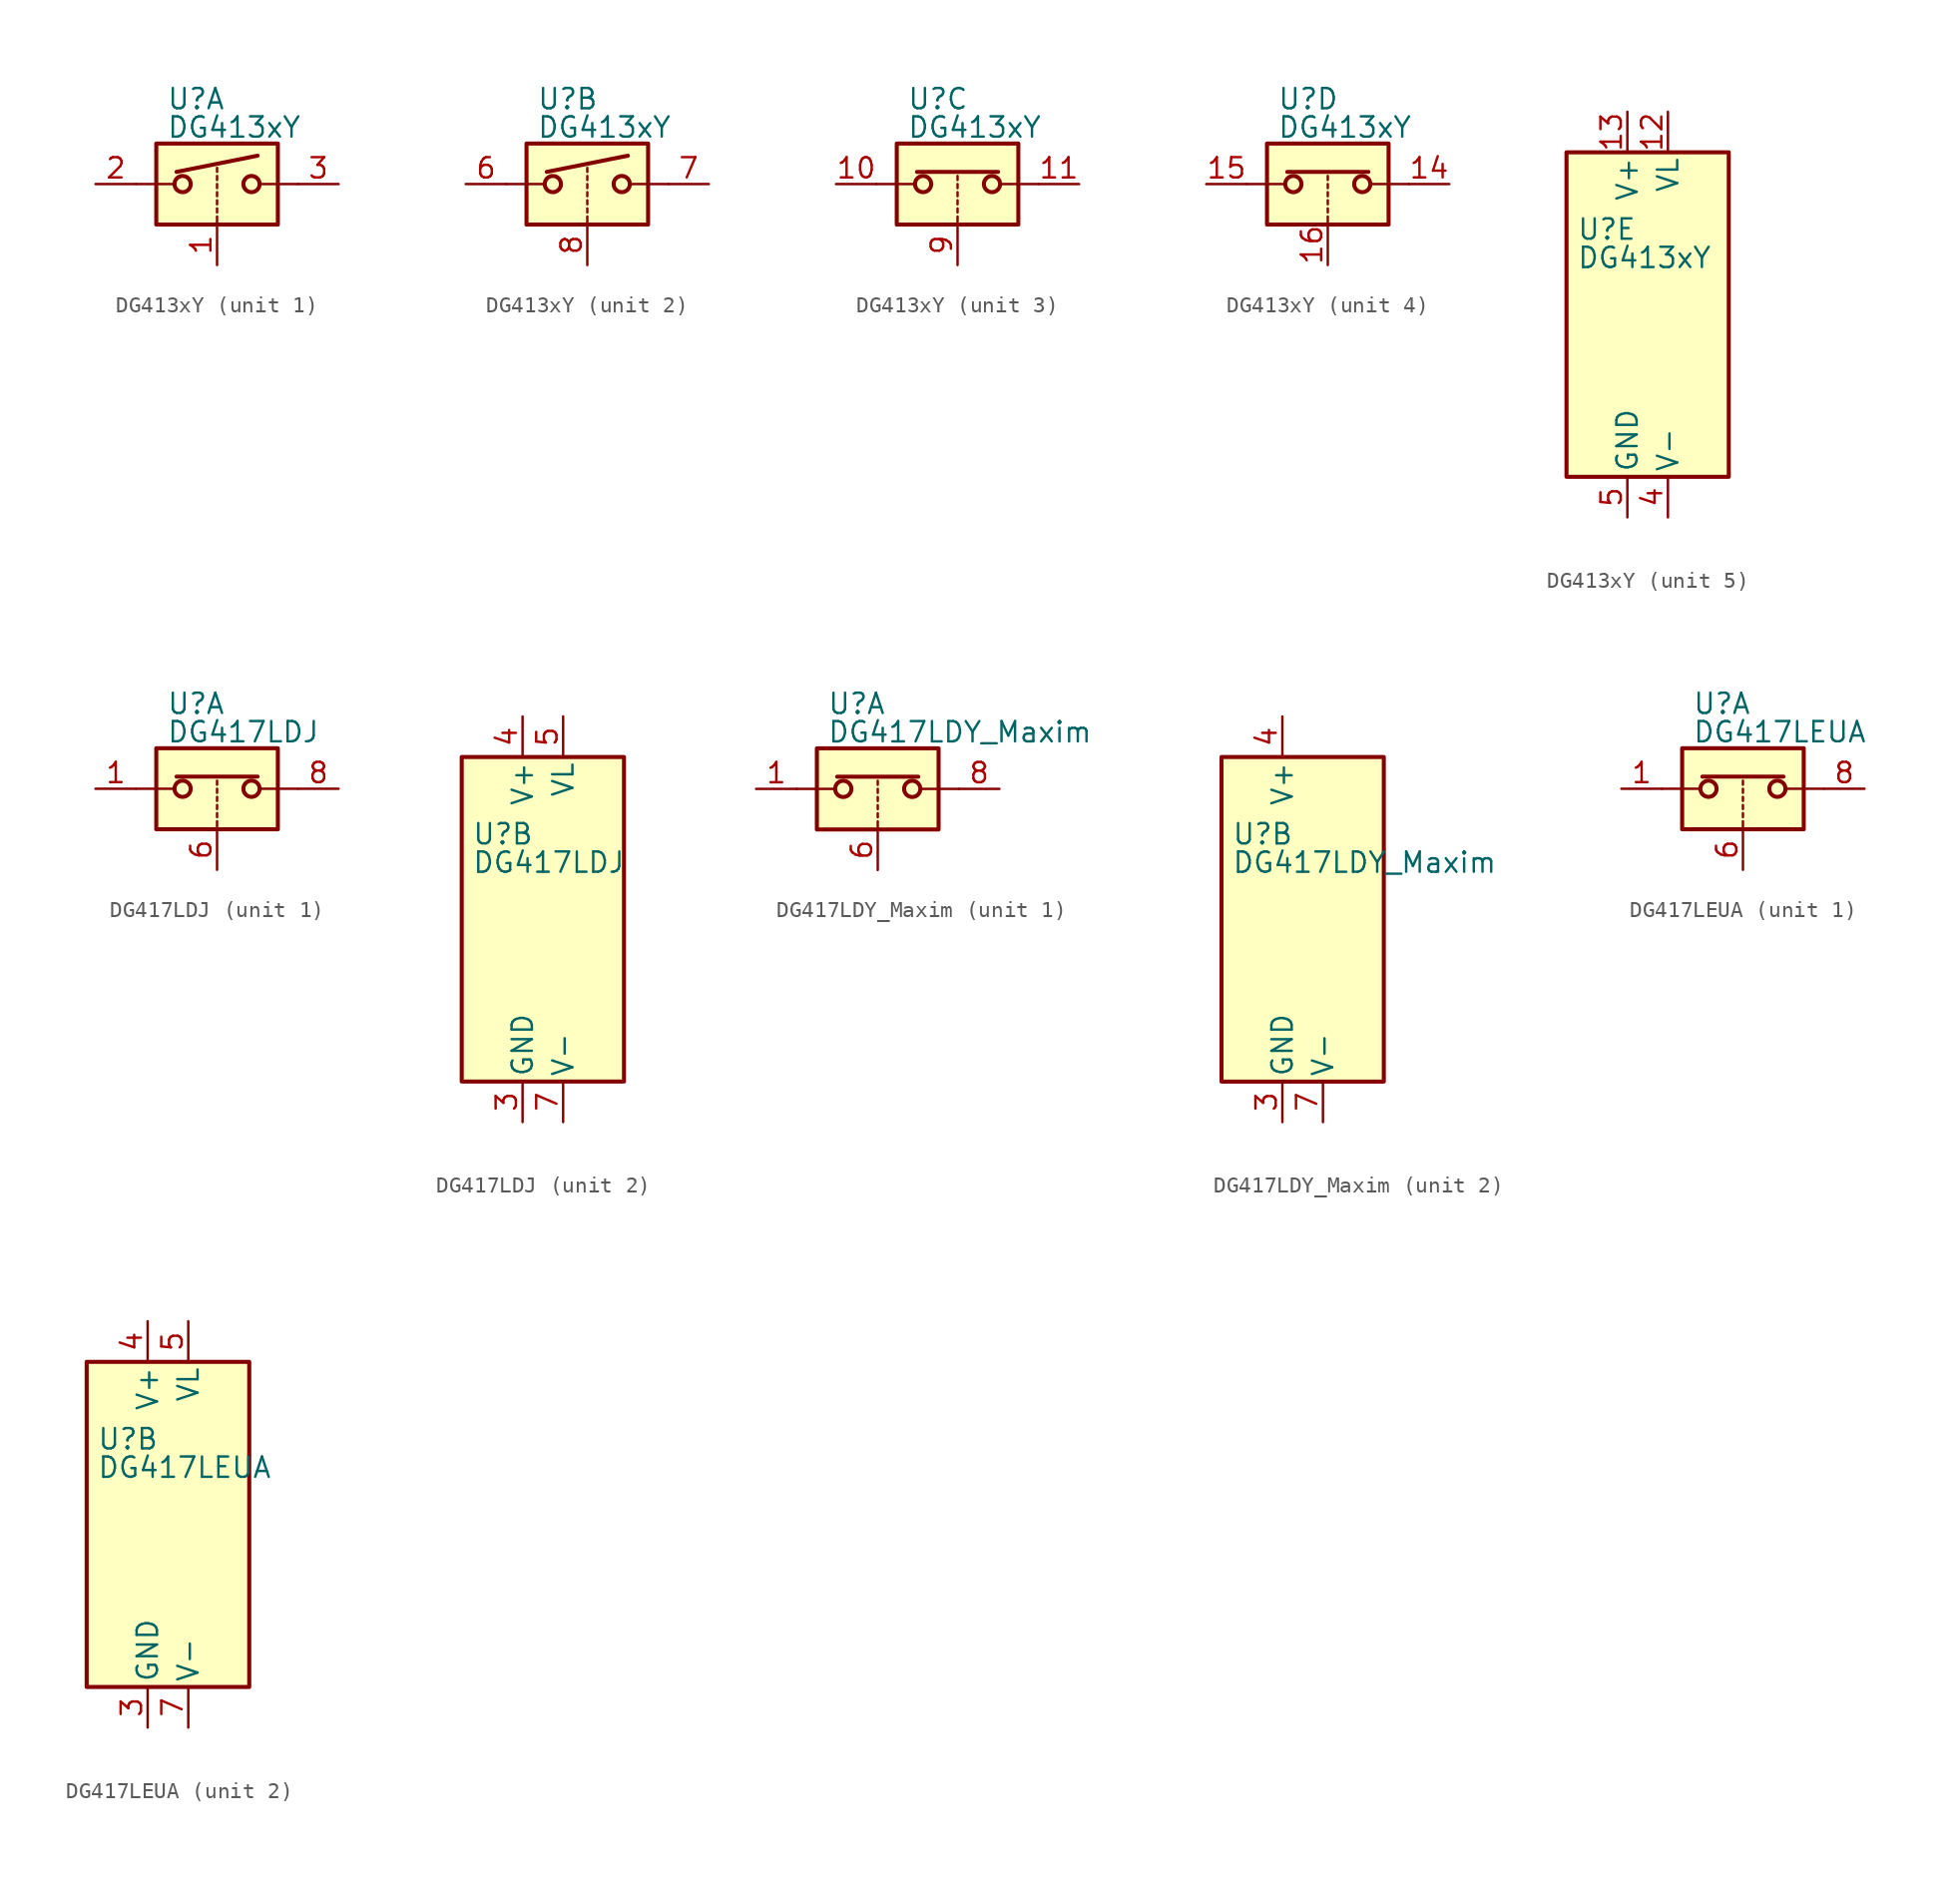
<source format=kicad_sym>
(kicad_symbol_lib
  (version 20220914)
  (generator kicad_symbol_editor)
  (symbol "DG413xY"
    (pin_names
      (offset 0.254))
    (property "Reference" "U"
      (at -3.175 5.334 0)
      (effects (font (size 1.27 1.27)) (justify left)))
    (property "Value" "DG413xY"
      (at -3.175 3.556 0)
      (effects (font (size 1.27 1.27)) (justify left)))
    (symbol "DG413xY_1_1"
      (rectangle (start -3.81 2.54) (end 3.81 -2.54) (stroke (width 0.254) (type default)) (fill (type background)))
      (circle (center -2.159 0) (radius 0.508) (stroke (width 0.254) (type default)) (fill (type none)))
      (polyline (pts (xy -5.08 0) (xy -2.794 0)) (stroke (width 0) (type default)) (fill (type none)))
      (polyline (pts (xy -2.54 0.762) (xy 2.54 1.778)) (stroke (width 0.254) (type default)) (fill (type none)))
      (polyline (pts (xy 0 -2.54) (xy 0 -2.032)) (stroke (width 0) (type default)) (fill (type none)))
      (polyline (pts (xy 0 -1.778) (xy 0 -1.524)) (stroke (width 0) (type default)) (fill (type none)))
      (polyline (pts (xy 0 -1.27) (xy 0 -1.016)) (stroke (width 0) (type default)) (fill (type none)))
      (polyline (pts (xy 0 -0.762) (xy 0 -0.508)) (stroke (width 0) (type default)) (fill (type none)))
      (polyline (pts (xy 0 -0.254) (xy 0 0)) (stroke (width 0) (type default)) (fill (type none)))
      (polyline (pts (xy 0 0.254) (xy 0 0.508)) (stroke (width 0) (type default)) (fill (type none)))
      (polyline (pts (xy 0 0.762) (xy 0 1.016)) (stroke (width 0) (type default)) (fill (type none)))
      (polyline (pts (xy 5.08 0) (xy 2.794 0)) (stroke (width 0) (type default)) (fill (type none)))
      (circle (center 2.159 0) (radius 0.508) (stroke (width 0.254) (type default)) (fill (type none)))
      (pin input line (at 0 -5.08 90) (length 2.54) (name "~" (effects (font (size 1.27 1.27)))) (number "1" (effects (font (size 1.27 1.27)))))
      (pin passive line (at -7.62 0 0) (length 2.54) (name "~" (effects (font (size 1.27 1.27)))) (number "2" (effects (font (size 1.27 1.27)))))
      (pin passive line (at 7.62 0 180) (length 2.54) (name "~" (effects (font (size 1.27 1.27)))) (number "3" (effects (font (size 1.27 1.27))))))
    (symbol "DG413xY_2_1"
      (rectangle (start -3.81 2.54) (end 3.81 -2.54) (stroke (width 0.254) (type default)) (fill (type background)))
      (circle (center -2.159 0) (radius 0.508) (stroke (width 0.254) (type default)) (fill (type none)))
      (polyline (pts (xy -5.08 0) (xy -2.794 0)) (stroke (width 0) (type default)) (fill (type none)))
      (polyline (pts (xy -2.54 0.762) (xy 2.54 1.778)) (stroke (width 0.254) (type default)) (fill (type none)))
      (polyline (pts (xy 0 -2.54) (xy 0 -2.032)) (stroke (width 0) (type default)) (fill (type none)))
      (polyline (pts (xy 0 -1.778) (xy 0 -1.524)) (stroke (width 0) (type default)) (fill (type none)))
      (polyline (pts (xy 0 -1.27) (xy 0 -1.016)) (stroke (width 0) (type default)) (fill (type none)))
      (polyline (pts (xy 0 -0.762) (xy 0 -0.508)) (stroke (width 0) (type default)) (fill (type none)))
      (polyline (pts (xy 0 -0.254) (xy 0 0)) (stroke (width 0) (type default)) (fill (type none)))
      (polyline (pts (xy 0 0.254) (xy 0 0.508)) (stroke (width 0) (type default)) (fill (type none)))
      (polyline (pts (xy 0 0.762) (xy 0 1.016)) (stroke (width 0) (type default)) (fill (type none)))
      (polyline (pts (xy 5.08 0) (xy 2.794 0)) (stroke (width 0) (type default)) (fill (type none)))
      (circle (center 2.159 0) (radius 0.508) (stroke (width 0.254) (type default)) (fill (type none)))
      (pin passive line (at -7.62 0 0) (length 2.54) (name "~" (effects (font (size 1.27 1.27)))) (number "6" (effects (font (size 1.27 1.27)))))
      (pin passive line (at 7.62 0 180) (length 2.54) (name "~" (effects (font (size 1.27 1.27)))) (number "7" (effects (font (size 1.27 1.27)))))
      (pin input line (at 0 -5.08 90) (length 2.54) (name "~" (effects (font (size 1.27 1.27)))) (number "8" (effects (font (size 1.27 1.27))))))
    (symbol "DG413xY_3_1"
      (rectangle (start -3.81 2.54) (end 3.81 -2.54) (stroke (width 0.254) (type default)) (fill (type background)))
      (circle (center -2.159 0) (radius 0.508) (stroke (width 0.254) (type default)) (fill (type none)))
      (polyline (pts (xy -5.08 0) (xy -2.794 0)) (stroke (width 0) (type default)) (fill (type none)))
      (polyline (pts (xy -2.54 0.762) (xy 2.54 0.762)) (stroke (width 0.254) (type default)) (fill (type none)))
      (polyline (pts (xy 0 -2.54) (xy 0 -2.032)) (stroke (width 0) (type default)) (fill (type none)))
      (polyline (pts (xy 0 -1.778) (xy 0 -1.524)) (stroke (width 0) (type default)) (fill (type none)))
      (polyline (pts (xy 0 -1.27) (xy 0 -1.016)) (stroke (width 0) (type default)) (fill (type none)))
      (polyline (pts (xy 0 -0.762) (xy 0 -0.508)) (stroke (width 0) (type default)) (fill (type none)))
      (polyline (pts (xy 0 -0.254) (xy 0 0)) (stroke (width 0) (type default)) (fill (type none)))
      (polyline (pts (xy 0 0.254) (xy 0 0.508)) (stroke (width 0) (type default)) (fill (type none)))
      (polyline (pts (xy 5.08 0) (xy 2.794 0)) (stroke (width 0) (type default)) (fill (type none)))
      (circle (center 2.159 0) (radius 0.508) (stroke (width 0.254) (type default)) (fill (type none)))
      (pin passive line (at -7.62 0 0) (length 2.54) (name "~" (effects (font (size 1.27 1.27)))) (number "10" (effects (font (size 1.27 1.27)))))
      (pin passive line (at 7.62 0 180) (length 2.54) (name "~" (effects (font (size 1.27 1.27)))) (number "11" (effects (font (size 1.27 1.27)))))
      (pin input line (at 0 -5.08 90) (length 2.54) (name "~" (effects (font (size 1.27 1.27)))) (number "9" (effects (font (size 1.27 1.27))))))
    (symbol "DG413xY_4_1"
      (rectangle (start -3.81 2.54) (end 3.81 -2.54) (stroke (width 0.254) (type default)) (fill (type background)))
      (circle (center -2.159 0) (radius 0.508) (stroke (width 0.254) (type default)) (fill (type none)))
      (polyline (pts (xy -5.08 0) (xy -2.794 0)) (stroke (width 0) (type default)) (fill (type none)))
      (polyline (pts (xy -2.54 0.762) (xy 2.54 0.762)) (stroke (width 0.254) (type default)) (fill (type none)))
      (polyline (pts (xy 0 -2.54) (xy 0 -2.032)) (stroke (width 0) (type default)) (fill (type none)))
      (polyline (pts (xy 0 -1.778) (xy 0 -1.524)) (stroke (width 0) (type default)) (fill (type none)))
      (polyline (pts (xy 0 -1.27) (xy 0 -1.016)) (stroke (width 0) (type default)) (fill (type none)))
      (polyline (pts (xy 0 -0.762) (xy 0 -0.508)) (stroke (width 0) (type default)) (fill (type none)))
      (polyline (pts (xy 0 -0.254) (xy 0 0)) (stroke (width 0) (type default)) (fill (type none)))
      (polyline (pts (xy 0 0.254) (xy 0 0.508)) (stroke (width 0) (type default)) (fill (type none)))
      (polyline (pts (xy 5.08 0) (xy 2.794 0)) (stroke (width 0) (type default)) (fill (type none)))
      (circle (center 2.159 0) (radius 0.508) (stroke (width 0.254) (type default)) (fill (type none)))
      (pin passive line (at 7.62 0 180) (length 2.54) (name "~" (effects (font (size 1.27 1.27)))) (number "14" (effects (font (size 1.27 1.27)))))
      (pin passive line (at -7.62 0 0) (length 2.54) (name "~" (effects (font (size 1.27 1.27)))) (number "15" (effects (font (size 1.27 1.27)))))
      (pin input line (at 0 -5.08 90) (length 2.54) (name "~" (effects (font (size 1.27 1.27)))) (number "16" (effects (font (size 1.27 1.27))))))
    (symbol "DG413xY_5_0"
      (pin power_in line (at 2.54 12.7 270) (length 2.54) (name "VL" (effects (font (size 1.27 1.27)))) (number "12" (effects (font (size 1.27 1.27)))))
      (pin power_in line (at 0 12.7 270) (length 2.54) (name "V+" (effects (font (size 1.27 1.27)))) (number "13" (effects (font (size 1.27 1.27)))))
      (pin power_in line (at 2.54 -12.7 90) (length 2.54) (name "V-" (effects (font (size 1.27 1.27)))) (number "4" (effects (font (size 1.27 1.27)))))
      (pin power_in line (at 0 -12.7 90) (length 2.54) (name "GND" (effects (font (size 1.27 1.27)))) (number "5" (effects (font (size 1.27 1.27))))))
    (symbol "DG413xY_5_1"
      (rectangle (start -3.81 10.16) (end 6.35 -10.16) (stroke (width 0.254) (type default)) (fill (type background)))))
  (symbol "DG417LDJ"
    (pin_names
      (offset 0.254))
    (property "Reference" "U"
      (at -3.175 5.334 0)
      (effects (font (size 1.27 1.27)) (justify left)))
    (property "Value" "DG417LDJ"
      (at -3.175 3.556 0)
      (effects (font (size 1.27 1.27)) (justify left)))
    (symbol "DG417LDJ_1_1"
      (rectangle (start -3.81 2.54) (end 3.81 -2.54) (stroke (width 0.254) (type default)) (fill (type background)))
      (circle (center -2.159 0) (radius 0.508) (stroke (width 0.254) (type default)) (fill (type none)))
      (polyline (pts (xy -5.08 0) (xy -2.794 0)) (stroke (width 0) (type default)) (fill (type none)))
      (polyline (pts (xy -2.54 0.762) (xy 2.54 0.762)) (stroke (width 0.254) (type default)) (fill (type none)))
      (polyline (pts (xy 0 -2.54) (xy 0 -2.032)) (stroke (width 0) (type default)) (fill (type none)))
      (polyline (pts (xy 0 -1.778) (xy 0 -1.524)) (stroke (width 0) (type default)) (fill (type none)))
      (polyline (pts (xy 0 -1.27) (xy 0 -1.016)) (stroke (width 0) (type default)) (fill (type none)))
      (polyline (pts (xy 0 -0.762) (xy 0 -0.508)) (stroke (width 0) (type default)) (fill (type none)))
      (polyline (pts (xy 0 -0.254) (xy 0 0)) (stroke (width 0) (type default)) (fill (type none)))
      (polyline (pts (xy 0 0.254) (xy 0 0.508)) (stroke (width 0) (type default)) (fill (type none)))
      (polyline (pts (xy 5.08 0) (xy 2.794 0)) (stroke (width 0) (type default)) (fill (type none)))
      (circle (center 2.159 0) (radius 0.508) (stroke (width 0.254) (type default)) (fill (type none)))
      (pin passive line (at -7.62 0 0) (length 2.54) (name "~" (effects (font (size 1.27 1.27)))) (number "1" (effects (font (size 1.27 1.27)))))
      (pin input line (at 0 -5.08 90) (length 2.54) (name "~" (effects (font (size 1.27 1.27)))) (number "6" (effects (font (size 1.27 1.27)))))
      (pin passive line (at 7.62 0 180) (length 2.54) (name "~" (effects (font (size 1.27 1.27)))) (number "8" (effects (font (size 1.27 1.27))))))
    (symbol "DG417LDJ_2_0"
      (pin no_connect line (at -2.54 10.16 270) (length 2.54) hide (name "NC" (effects (font (size 1.27 1.27)))) (number "2" (effects (font (size 1.27 1.27)))))
      (pin power_in line (at 0 -12.7 90) (length 2.54) (name "GND" (effects (font (size 1.27 1.27)))) (number "3" (effects (font (size 1.27 1.27)))))
      (pin power_in line (at 0 12.7 270) (length 2.54) (name "V+" (effects (font (size 1.27 1.27)))) (number "4" (effects (font (size 1.27 1.27)))))
      (pin power_in line (at 2.54 12.7 270) (length 2.54) (name "VL" (effects (font (size 1.27 1.27)))) (number "5" (effects (font (size 1.27 1.27)))))
      (pin power_in line (at 2.54 -12.7 90) (length 2.54) (name "V-" (effects (font (size 1.27 1.27)))) (number "7" (effects (font (size 1.27 1.27))))))
    (symbol "DG417LDJ_2_1"
      (rectangle (start -3.81 10.16) (end 6.35 -10.16) (stroke (width 0.254) (type default)) (fill (type background)))))
  (symbol "DG417LDY_Maxim"
    (pin_names
      (offset 0.254))
    (property "Reference" "U"
      (at -3.175 5.334 0)
      (effects (font (size 1.27 1.27)) (justify left)))
    (property "Value" "DG417LDY_Maxim"
      (at -3.175 3.556 0)
      (effects (font (size 1.27 1.27)) (justify left)))
    (symbol "DG417LDY_Maxim_1_1"
      (rectangle (start -3.81 2.54) (end 3.81 -2.54) (stroke (width 0.254) (type default)) (fill (type background)))
      (circle (center -2.159 0) (radius 0.508) (stroke (width 0.254) (type default)) (fill (type none)))
      (polyline (pts (xy -5.08 0) (xy -2.794 0)) (stroke (width 0) (type default)) (fill (type none)))
      (polyline (pts (xy -2.54 0.762) (xy 2.54 0.762)) (stroke (width 0.254) (type default)) (fill (type none)))
      (polyline (pts (xy 0 -2.54) (xy 0 -2.032)) (stroke (width 0) (type default)) (fill (type none)))
      (polyline (pts (xy 0 -1.778) (xy 0 -1.524)) (stroke (width 0) (type default)) (fill (type none)))
      (polyline (pts (xy 0 -1.27) (xy 0 -1.016)) (stroke (width 0) (type default)) (fill (type none)))
      (polyline (pts (xy 0 -0.762) (xy 0 -0.508)) (stroke (width 0) (type default)) (fill (type none)))
      (polyline (pts (xy 0 -0.254) (xy 0 0)) (stroke (width 0) (type default)) (fill (type none)))
      (polyline (pts (xy 0 0.254) (xy 0 0.508)) (stroke (width 0) (type default)) (fill (type none)))
      (polyline (pts (xy 5.08 0) (xy 2.794 0)) (stroke (width 0) (type default)) (fill (type none)))
      (circle (center 2.159 0) (radius 0.508) (stroke (width 0.254) (type default)) (fill (type none)))
      (pin passive line (at -7.62 0 0) (length 2.54) (name "~" (effects (font (size 1.27 1.27)))) (number "1" (effects (font (size 1.27 1.27)))))
      (pin input line (at 0 -5.08 90) (length 2.54) (name "~" (effects (font (size 1.27 1.27)))) (number "6" (effects (font (size 1.27 1.27)))))
      (pin passive line (at 7.62 0 180) (length 2.54) (name "~" (effects (font (size 1.27 1.27)))) (number "8" (effects (font (size 1.27 1.27))))))
    (symbol "DG417LDY_Maxim_2_0"
      (pin no_connect line (at -2.54 10.16 270) (length 2.54) hide (name "NC" (effects (font (size 1.27 1.27)))) (number "2" (effects (font (size 1.27 1.27)))))
      (pin power_in line (at 0 -12.7 90) (length 2.54) (name "GND" (effects (font (size 1.27 1.27)))) (number "3" (effects (font (size 1.27 1.27)))))
      (pin power_in line (at 0 12.7 270) (length 2.54) (name "V+" (effects (font (size 1.27 1.27)))) (number "4" (effects (font (size 1.27 1.27)))))
      (pin no_connect line (at 2.54 10.16 270) (length 2.54) hide (name "NC" (effects (font (size 1.27 1.27)))) (number "5" (effects (font (size 1.27 1.27)))))
      (pin power_in line (at 2.54 -12.7 90) (length 2.54) (name "V-" (effects (font (size 1.27 1.27)))) (number "7" (effects (font (size 1.27 1.27))))))
    (symbol "DG417LDY_Maxim_2_1"
      (rectangle (start -3.81 10.16) (end 6.35 -10.16) (stroke (width 0.254) (type default)) (fill (type background)))))
  (symbol "DG417LEUA"
    (pin_names
      (offset 0.254))
    (property "Reference" "U"
      (at -3.175 5.334 0)
      (effects (font (size 1.27 1.27)) (justify left)))
    (property "Value" "DG417LEUA"
      (at -3.175 3.556 0)
      (effects (font (size 1.27 1.27)) (justify left)))
    (symbol "DG417LEUA_1_1"
      (rectangle (start -3.81 2.54) (end 3.81 -2.54) (stroke (width 0.254) (type default)) (fill (type background)))
      (circle (center -2.159 0) (radius 0.508) (stroke (width 0.254) (type default)) (fill (type none)))
      (polyline (pts (xy -5.08 0) (xy -2.794 0)) (stroke (width 0) (type default)) (fill (type none)))
      (polyline (pts (xy -2.54 0.762) (xy 2.54 0.762)) (stroke (width 0.254) (type default)) (fill (type none)))
      (polyline (pts (xy 0 -2.54) (xy 0 -2.032)) (stroke (width 0) (type default)) (fill (type none)))
      (polyline (pts (xy 0 -1.778) (xy 0 -1.524)) (stroke (width 0) (type default)) (fill (type none)))
      (polyline (pts (xy 0 -1.27) (xy 0 -1.016)) (stroke (width 0) (type default)) (fill (type none)))
      (polyline (pts (xy 0 -0.762) (xy 0 -0.508)) (stroke (width 0) (type default)) (fill (type none)))
      (polyline (pts (xy 0 -0.254) (xy 0 0)) (stroke (width 0) (type default)) (fill (type none)))
      (polyline (pts (xy 0 0.254) (xy 0 0.508)) (stroke (width 0) (type default)) (fill (type none)))
      (polyline (pts (xy 5.08 0) (xy 2.794 0)) (stroke (width 0) (type default)) (fill (type none)))
      (circle (center 2.159 0) (radius 0.508) (stroke (width 0.254) (type default)) (fill (type none)))
      (pin passive line (at -7.62 0 0) (length 2.54) (name "~" (effects (font (size 1.27 1.27)))) (number "1" (effects (font (size 1.27 1.27)))))
      (pin input line (at 0 -5.08 90) (length 2.54) (name "~" (effects (font (size 1.27 1.27)))) (number "6" (effects (font (size 1.27 1.27)))))
      (pin passive line (at 7.62 0 180) (length 2.54) (name "~" (effects (font (size 1.27 1.27)))) (number "8" (effects (font (size 1.27 1.27))))))
    (symbol "DG417LEUA_2_0"
      (pin no_connect line (at -2.54 10.16 270) (length 2.54) hide (name "NC" (effects (font (size 1.27 1.27)))) (number "2" (effects (font (size 1.27 1.27)))))
      (pin power_in line (at 0 -12.7 90) (length 2.54) (name "GND" (effects (font (size 1.27 1.27)))) (number "3" (effects (font (size 1.27 1.27)))))
      (pin power_in line (at 0 12.7 270) (length 2.54) (name "V+" (effects (font (size 1.27 1.27)))) (number "4" (effects (font (size 1.27 1.27)))))
      (pin power_in line (at 2.54 12.7 270) (length 2.54) (name "VL" (effects (font (size 1.27 1.27)))) (number "5" (effects (font (size 1.27 1.27)))))
      (pin power_in line (at 2.54 -12.7 90) (length 2.54) (name "V-" (effects (font (size 1.27 1.27)))) (number "7" (effects (font (size 1.27 1.27))))))
    (symbol "DG417LEUA_2_1"
      (rectangle (start -3.81 10.16) (end 6.35 -10.16) (stroke (width 0.254) (type default)) (fill (type background))))))
</source>
